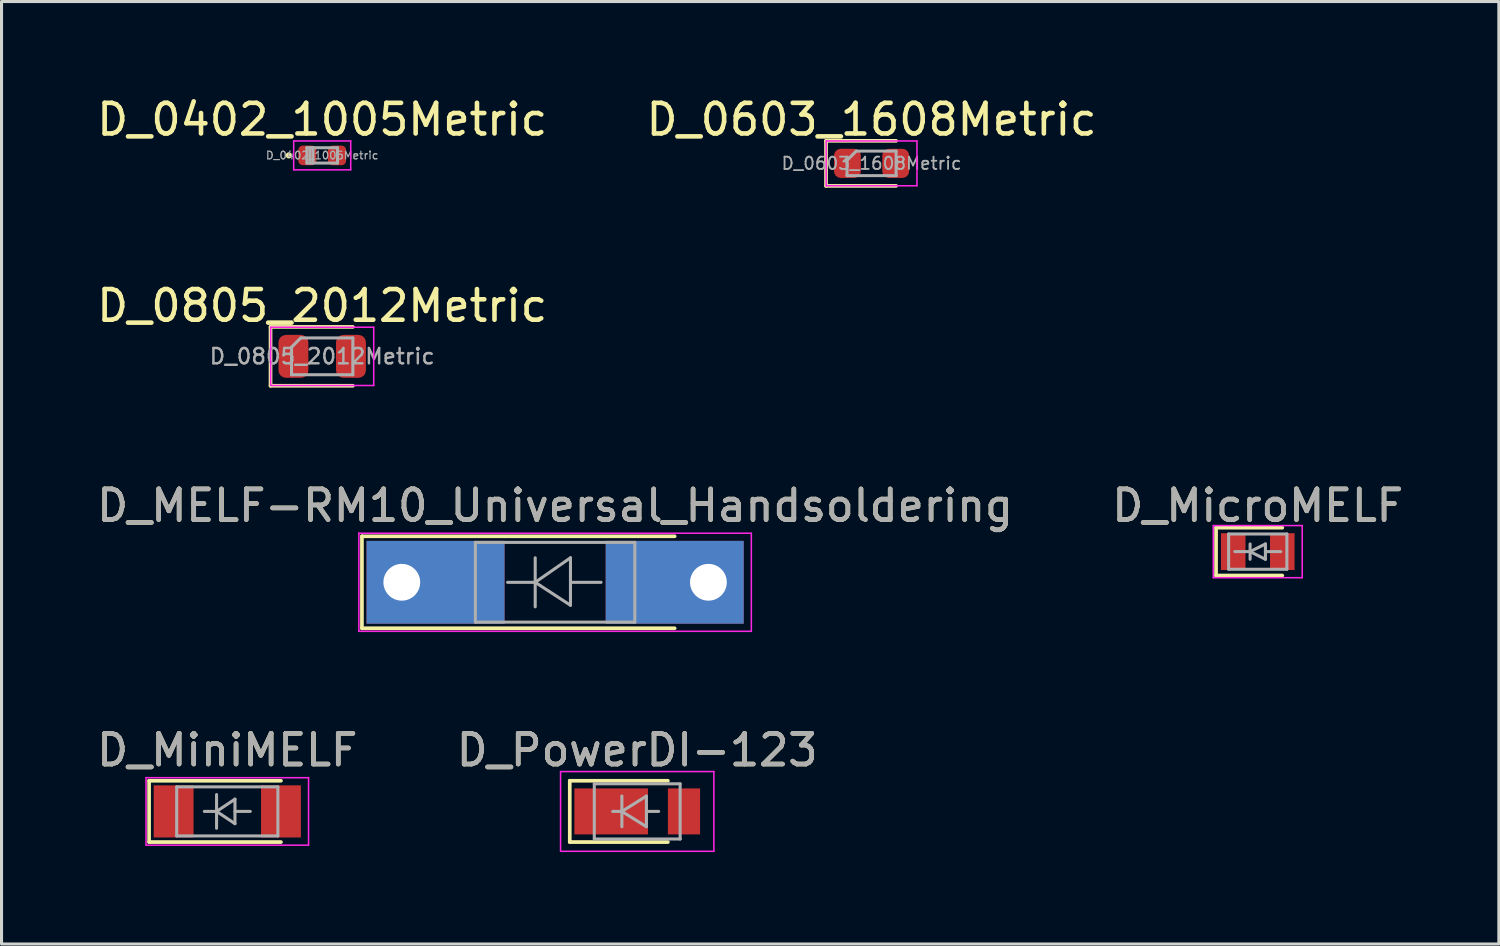
<source format=kicad_pcb>
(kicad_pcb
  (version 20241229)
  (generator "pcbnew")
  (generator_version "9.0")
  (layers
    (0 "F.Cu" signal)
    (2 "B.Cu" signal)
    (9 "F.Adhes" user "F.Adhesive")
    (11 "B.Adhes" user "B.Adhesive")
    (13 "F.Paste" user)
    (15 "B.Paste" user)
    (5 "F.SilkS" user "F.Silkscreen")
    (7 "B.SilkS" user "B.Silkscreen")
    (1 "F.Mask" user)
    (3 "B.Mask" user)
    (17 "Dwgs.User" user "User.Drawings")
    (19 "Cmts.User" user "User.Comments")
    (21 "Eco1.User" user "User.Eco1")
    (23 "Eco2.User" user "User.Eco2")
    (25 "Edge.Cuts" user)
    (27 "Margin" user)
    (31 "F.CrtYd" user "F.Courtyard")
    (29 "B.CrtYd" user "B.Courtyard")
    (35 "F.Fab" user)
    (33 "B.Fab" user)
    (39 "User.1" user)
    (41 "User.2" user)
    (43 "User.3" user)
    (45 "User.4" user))
  (footprint "D_MELF-RM10_Universal_Handsoldering"
    (layer "F.Cu")
    (at 15.054 15.94)
    (property "Reference" "D_MELF-RM10_Universal_Handsoldering" (at 0 -2.5 0) (layer "F.SilkS") (effects (font (size 1 1) (thickness 0.15))))
    (attr through_hole)
    (fp_line (start -6.3 -1.5) (end -6.3 1.5) (stroke (width 0.12) (type solid)) (layer "F.SilkS"))
    (fp_line (start -6.3 1.5) (end 3.9 1.5) (stroke (width 0.12) (type solid)) (layer "F.SilkS"))
    (fp_line (start 3.9 -1.5) (end -6.3 -1.5) (stroke (width 0.12) (type solid)) (layer "F.SilkS"))
    (fp_line (start -6.4 -1.6) (end 6.4 -1.6) (stroke (width 0.05) (type solid)) (layer "F.CrtYd"))
    (fp_line (start -6.4 1.6) (end -6.4 -1.6) (stroke (width 0.05) (type solid)) (layer "F.CrtYd"))
    (fp_line (start 6.4 -1.6) (end 6.4 1.6) (stroke (width 0.05) (type solid)) (layer "F.CrtYd"))
    (fp_line (start 6.4 1.6) (end -6.4 1.6) (stroke (width 0.05) (type solid)) (layer "F.CrtYd"))
    (fp_line (start -2.6 -1.3) (end -2.6 1.3) (stroke (width 0.1) (type solid)) (layer "F.Fab"))
    (fp_line (start -2.6 1.3) (end 2.6 1.3) (stroke (width 0.1) (type solid)) (layer "F.Fab"))
    (fp_line (start -0.649 -0.799) (end -0.649 0.801) (stroke (width 0.1) (type solid)) (layer "F.Fab"))
    (fp_line (start -0.649 0.001) (end -1.551 0.001) (stroke (width 0.1) (type solid)) (layer "F.Fab"))
    (fp_line (start -0.649 0.001) (end 0.501 -0.799) (stroke (width 0.1) (type solid)) (layer "F.Fab"))
    (fp_line (start -0.649 0.001) (end 0.501 0.75) (stroke (width 0.1) (type solid)) (layer "F.Fab"))
    (fp_line (start 0.501 0.001) (end 1.499 0.001) (stroke (width 0.1) (type solid)) (layer "F.Fab"))
    (fp_line (start 0.501 0.75) (end 0.501 -0.799) (stroke (width 0.1) (type solid)) (layer "F.Fab"))
    (fp_line (start 2.6 -1.3) (end -2.6 -1.3) (stroke (width 0.1) (type solid)) (layer "F.Fab"))
    (fp_line (start 2.6 1.3) (end 2.6 -1.3) (stroke (width 0.1) (type solid)) (layer "F.Fab"))
    (fp_text user "${REFERENCE}" (at 0 -2.5 0) (layer "F.Fab") (effects (font (size 1 1) (thickness 0.15))))
    (pad "1" thru_hole rect (at -5 0) (size 4.5 2.7) (drill 1.199 (offset 1.1 0)) (layers "*.Cu" "*.Mask"))
    (pad "2" thru_hole rect (at 5 0 180) (size 4.5 2.7) (drill 1.199 (offset 1.1 0)) (layers "*.Cu" "*.Mask")))
  (footprint "D_PowerDI-123"
    (layer "F.Cu")
    (at 17.732 23.413)
    (property "Reference" "D_PowerDI-123" (at 0 -2 0) (layer "F.SilkS") (effects (font (size 1 1) (thickness 0.15))))
    (attr smd)
    (fp_line (start -2.2 1) (end -2.2 -1) (stroke (width 0.12) (type solid)) (layer "F.SilkS"))
    (fp_line (start -2.2 1) (end 1 1) (stroke (width 0.12) (type solid)) (layer "F.SilkS"))
    (fp_line (start 1 -1) (end -2.2 -1) (stroke (width 0.12) (type solid)) (layer "F.SilkS"))
    (fp_line (start -2.5 -1.3) (end 2.5 -1.3) (stroke (width 0.05) (type solid)) (layer "F.CrtYd"))
    (fp_line (start -2.5 1.3) (end -2.5 -1.3) (stroke (width 0.05) (type solid)) (layer "F.CrtYd"))
    (fp_line (start 2.5 -1.3) (end 2.5 1.3) (stroke (width 0.05) (type solid)) (layer "F.CrtYd"))
    (fp_line (start 2.5 1.3) (end -2.5 1.3) (stroke (width 0.05) (type solid)) (layer "F.CrtYd"))
    (fp_line (start -1.4 -0.9) (end 1.4 -0.9) (stroke (width 0.1) (type solid)) (layer "F.Fab"))
    (fp_line (start -1.4 0.9) (end -1.4 -0.9) (stroke (width 0.1) (type solid)) (layer "F.Fab"))
    (fp_line (start -0.8 0) (end -0.5 0) (stroke (width 0.1) (type solid)) (layer "F.Fab"))
    (fp_line (start -0.5 0) (end -0.5 -0.5) (stroke (width 0.1) (type solid)) (layer "F.Fab"))
    (fp_line (start -0.5 0) (end -0.5 0.5) (stroke (width 0.1) (type solid)) (layer "F.Fab"))
    (fp_line (start -0.5 0) (end 0.3 0.5) (stroke (width 0.1) (type solid)) (layer "F.Fab"))
    (fp_line (start 0.3 -0.5) (end -0.5 0) (stroke (width 0.1) (type solid)) (layer "F.Fab"))
    (fp_line (start 0.3 0) (end 0.7 0) (stroke (width 0.1) (type solid)) (layer "F.Fab"))
    (fp_line (start 0.3 0.5) (end 0.3 -0.5) (stroke (width 0.1) (type solid)) (layer "F.Fab"))
    (fp_line (start 1.4 -0.9) (end 1.4 0.9) (stroke (width 0.1) (type solid)) (layer "F.Fab"))
    (fp_line (start 1.4 0.9) (end -1.4 0.9) (stroke (width 0.1) (type solid)) (layer "F.Fab"))
    (fp_text user "${REFERENCE}" (at 0 -2 0) (layer "F.Fab") (effects (font (size 1 1) (thickness 0.15))))
    (pad "1" smd rect (at -0.85 0 180) (size 2.4 1.5) (layers "F.Cu" "F.Mask" "F.Paste"))
    (pad "2" smd rect (at 1.525 0 180) (size 1.05 1.5) (layers "F.Cu" "F.Mask" "F.Paste")))
  (footprint "D_0805_2012Metric"
    (layer "F.Cu")
    (at 7.458 8.572)
    (property "Reference" "D_0805_2012Metric" (at 0 -1.65 0) (layer "F.SilkS") (effects (font (size 1 1) (thickness 0.15))))
    (attr smd)
    (fp_line (start -1.685 -0.96) (end -1.685 0.96) (stroke (width 0.12) (type solid)) (layer "F.SilkS"))
    (fp_line (start -1.685 0.96) (end 1 0.96) (stroke (width 0.12) (type solid)) (layer "F.SilkS"))
    (fp_line (start 1 -0.96) (end -1.685 -0.96) (stroke (width 0.12) (type solid)) (layer "F.SilkS"))
    (fp_line (start -1.68 -0.95) (end 1.68 -0.95) (stroke (width 0.05) (type solid)) (layer "F.CrtYd"))
    (fp_line (start -1.68 0.95) (end -1.68 -0.95) (stroke (width 0.05) (type solid)) (layer "F.CrtYd"))
    (fp_line (start 1.68 -0.95) (end 1.68 0.95) (stroke (width 0.05) (type solid)) (layer "F.CrtYd"))
    (fp_line (start 1.68 0.95) (end -1.68 0.95) (stroke (width 0.05) (type solid)) (layer "F.CrtYd"))
    (fp_line (start -1 -0.3) (end -1 0.6) (stroke (width 0.1) (type solid)) (layer "F.Fab"))
    (fp_line (start -1 0.6) (end 1 0.6) (stroke (width 0.1) (type solid)) (layer "F.Fab"))
    (fp_line (start -0.7 -0.6) (end -1 -0.3) (stroke (width 0.1) (type solid)) (layer "F.Fab"))
    (fp_line (start 1 -0.6) (end -0.7 -0.6) (stroke (width 0.1) (type solid)) (layer "F.Fab"))
    (fp_line (start 1 0.6) (end 1 -0.6) (stroke (width 0.1) (type solid)) (layer "F.Fab"))
    (fp_text user "${REFERENCE}" (at 0 0 0) (layer "F.Fab") (effects (font (size 0.5 0.5) (thickness 0.08))))
    (pad "1" smd roundrect (at -0.938 0) (size 0.975 1.4) (layers "F.Cu" "F.Mask" "F.Paste") (roundrect_rratio 0.25))
    (pad "2" smd roundrect (at 0.938 0) (size 0.975 1.4) (layers "F.Cu" "F.Mask" "F.Paste") (roundrect_rratio 0.25)))
  (footprint "D_MiniMELF"
    (layer "F.Cu")
    (at 4.363 23.413)
    (property "Reference" "D_MiniMELF" (at 0 -2 0) (layer "F.SilkS") (effects (font (size 1 1) (thickness 0.15))))
    (attr smd)
    (fp_line (start -2.55 -1) (end -2.55 1) (stroke (width 0.12) (type solid)) (layer "F.SilkS"))
    (fp_line (start -2.55 1) (end 1.75 1) (stroke (width 0.12) (type solid)) (layer "F.SilkS"))
    (fp_line (start 1.75 -1) (end -2.55 -1) (stroke (width 0.12) (type solid)) (layer "F.SilkS"))
    (fp_line (start -2.65 -1.1) (end 2.65 -1.1) (stroke (width 0.05) (type solid)) (layer "F.CrtYd"))
    (fp_line (start -2.65 1.1) (end -2.65 -1.1) (stroke (width 0.05) (type solid)) (layer "F.CrtYd"))
    (fp_line (start 2.65 -1.1) (end 2.65 1.1) (stroke (width 0.05) (type solid)) (layer "F.CrtYd"))
    (fp_line (start 2.65 1.1) (end -2.65 1.1) (stroke (width 0.05) (type solid)) (layer "F.CrtYd"))
    (fp_line (start -1.65 -0.8) (end 1.65 -0.8) (stroke (width 0.1) (type solid)) (layer "F.Fab"))
    (fp_line (start -1.65 0.8) (end -1.65 -0.8) (stroke (width 0.1) (type solid)) (layer "F.Fab"))
    (fp_line (start -0.75 0) (end -0.35 0) (stroke (width 0.1) (type solid)) (layer "F.Fab"))
    (fp_line (start -0.35 0) (end -0.35 -0.55) (stroke (width 0.1) (type solid)) (layer "F.Fab"))
    (fp_line (start -0.35 0) (end -0.35 0.55) (stroke (width 0.1) (type solid)) (layer "F.Fab"))
    (fp_line (start -0.35 0) (end 0.25 -0.4) (stroke (width 0.1) (type solid)) (layer "F.Fab"))
    (fp_line (start 0.25 -0.4) (end 0.25 0.4) (stroke (width 0.1) (type solid)) (layer "F.Fab"))
    (fp_line (start 0.25 0) (end 0.75 0) (stroke (width 0.1) (type solid)) (layer "F.Fab"))
    (fp_line (start 0.25 0.4) (end -0.35 0) (stroke (width 0.1) (type solid)) (layer "F.Fab"))
    (fp_line (start 1.65 -0.8) (end 1.65 0.8) (stroke (width 0.1) (type solid)) (layer "F.Fab"))
    (fp_line (start 1.65 0.8) (end -1.65 0.8) (stroke (width 0.1) (type solid)) (layer "F.Fab"))
    (fp_text user "${REFERENCE}" (at 0 -2 0) (layer "F.Fab") (effects (font (size 1 1) (thickness 0.15))))
    (pad "1" smd rect (at -1.75 0) (size 1.3 1.7) (layers "F.Cu" "F.Mask" "F.Paste"))
    (pad "2" smd rect (at 1.75 0) (size 1.3 1.7) (layers "F.Cu" "F.Mask" "F.Paste")))
  (footprint "D_0603_1608Metric"
    (layer "F.Cu")
    (at 25.375 2.278)
    (property "Reference" "D_0603_1608Metric" (at 0 -1.43 0) (layer "F.SilkS") (effects (font (size 1 1) (thickness 0.15))))
    (attr smd)
    (fp_line (start -1.485 -0.735) (end -1.485 0.735) (stroke (width 0.12) (type solid)) (layer "F.SilkS"))
    (fp_line (start -1.485 0.735) (end 0.8 0.735) (stroke (width 0.12) (type solid)) (layer "F.SilkS"))
    (fp_line (start 0.8 -0.735) (end -1.485 -0.735) (stroke (width 0.12) (type solid)) (layer "F.SilkS"))
    (fp_line (start -1.48 -0.73) (end 1.48 -0.73) (stroke (width 0.05) (type solid)) (layer "F.CrtYd"))
    (fp_line (start -1.48 0.73) (end -1.48 -0.73) (stroke (width 0.05) (type solid)) (layer "F.CrtYd"))
    (fp_line (start 1.48 -0.73) (end 1.48 0.73) (stroke (width 0.05) (type solid)) (layer "F.CrtYd"))
    (fp_line (start 1.48 0.73) (end -1.48 0.73) (stroke (width 0.05) (type solid)) (layer "F.CrtYd"))
    (fp_line (start -0.8 -0.1) (end -0.8 0.4) (stroke (width 0.1) (type solid)) (layer "F.Fab"))
    (fp_line (start -0.8 0.4) (end 0.8 0.4) (stroke (width 0.1) (type solid)) (layer "F.Fab"))
    (fp_line (start -0.5 -0.4) (end -0.8 -0.1) (stroke (width 0.1) (type solid)) (layer "F.Fab"))
    (fp_line (start 0.8 -0.4) (end -0.5 -0.4) (stroke (width 0.1) (type solid)) (layer "F.Fab"))
    (fp_line (start 0.8 0.4) (end 0.8 -0.4) (stroke (width 0.1) (type solid)) (layer "F.Fab"))
    (fp_text user "${REFERENCE}" (at 0 0 0) (layer "F.Fab") (effects (font (size 0.4 0.4) (thickness 0.06))))
    (pad "1" smd roundrect (at -0.787 0) (size 0.875 0.95) (layers "F.Cu" "F.Mask" "F.Paste") (roundrect_rratio 0.25))
    (pad "2" smd roundrect (at 0.787 0) (size 0.875 0.95) (layers "F.Cu" "F.Mask" "F.Paste") (roundrect_rratio 0.25)))
  (footprint "D_0402_1005Metric"
    (layer "F.Cu")
    (at 7.458 2.018)
    (property "Reference" "D_0402_1005Metric" (at 0 -1.17 0) (layer "F.SilkS") (effects (font (size 1 1) (thickness 0.15))))
    (attr smd)
    (fp_circle (center -1.09 0) (end -1.04 0) (stroke (width 0.1) (type solid)) (fill no) (layer "F.SilkS"))
    (fp_line (start -0.93 -0.47) (end 0.93 -0.47) (stroke (width 0.05) (type solid)) (layer "F.CrtYd"))
    (fp_line (start -0.93 0.47) (end -0.93 -0.47) (stroke (width 0.05) (type solid)) (layer "F.CrtYd"))
    (fp_line (start 0.93 -0.47) (end 0.93 0.47) (stroke (width 0.05) (type solid)) (layer "F.CrtYd"))
    (fp_line (start 0.93 0.47) (end -0.93 0.47) (stroke (width 0.05) (type solid)) (layer "F.CrtYd"))
    (fp_line (start -0.5 -0.25) (end 0.5 -0.25) (stroke (width 0.1) (type solid)) (layer "F.Fab"))
    (fp_line (start -0.5 0.25) (end -0.5 -0.25) (stroke (width 0.1) (type solid)) (layer "F.Fab"))
    (fp_line (start -0.4 0.25) (end -0.4 -0.25) (stroke (width 0.1) (type solid)) (layer "F.Fab"))
    (fp_line (start -0.3 0.25) (end -0.3 -0.25) (stroke (width 0.1) (type solid)) (layer "F.Fab"))
    (fp_line (start 0.5 -0.25) (end 0.5 0.25) (stroke (width 0.1) (type solid)) (layer "F.Fab"))
    (fp_line (start 0.5 0.25) (end -0.5 0.25) (stroke (width 0.1) (type solid)) (layer "F.Fab"))
    (fp_text user "${REFERENCE}" (at 0 0 0) (layer "F.Fab") (effects (font (size 0.25 0.25) (thickness 0.04))))
    (pad "1" smd roundrect (at -0.485 0) (size 0.59 0.64) (layers "F.Cu" "F.Mask" "F.Paste") (roundrect_rratio 0.25))
    (pad "2" smd roundrect (at 0.485 0) (size 0.59 0.64) (layers "F.Cu" "F.Mask" "F.Paste") (roundrect_rratio 0.25)))
  (footprint "D_MicroMELF"
    (layer "F.Cu")
    (at 37.97 14.94)
    (property "Reference" "D_MicroMELF" (at 0 -1.5 0) (layer "F.SilkS") (effects (font (size 1 1) (thickness 0.15))))
    (attr smd)
    (fp_line (start -1.36 -0.78) (end -1.36 0.78) (stroke (width 0.12) (type solid)) (layer "F.SilkS"))
    (fp_line (start -1.36 0.78) (end 0.8 0.78) (stroke (width 0.12) (type solid)) (layer "F.SilkS"))
    (fp_line (start 0.8 -0.78) (end -1.36 -0.78) (stroke (width 0.12) (type solid)) (layer "F.SilkS"))
    (fp_line (start -1.45 -0.85) (end -1.45 0.85) (stroke (width 0.05) (type solid)) (layer "F.CrtYd"))
    (fp_line (start -1.45 -0.85) (end 1.45 -0.85) (stroke (width 0.05) (type solid)) (layer "F.CrtYd"))
    (fp_line (start 1.45 0.85) (end -1.45 0.85) (stroke (width 0.05) (type solid)) (layer "F.CrtYd"))
    (fp_line (start 1.45 0.85) (end 1.45 -0.85) (stroke (width 0.05) (type solid)) (layer "F.CrtYd"))
    (fp_line (start -0.95 -0.575) (end 0.95 -0.575) (stroke (width 0.1) (type solid)) (layer "F.Fab"))
    (fp_line (start -0.95 0.575) (end -0.95 -0.575) (stroke (width 0.1) (type solid)) (layer "F.Fab"))
    (fp_line (start -0.25 -0.25) (end -0.25 0.25) (stroke (width 0.1) (type solid)) (layer "F.Fab"))
    (fp_line (start -0.25 0) (end -0.75 0) (stroke (width 0.1) (type solid)) (layer "F.Fab"))
    (fp_line (start -0.25 0) (end 0.25 -0.25) (stroke (width 0.1) (type solid)) (layer "F.Fab"))
    (fp_line (start 0.25 -0.25) (end 0.25 0.25) (stroke (width 0.1) (type solid)) (layer "F.Fab"))
    (fp_line (start 0.25 0) (end 0.75 0) (stroke (width 0.1) (type solid)) (layer "F.Fab"))
    (fp_line (start 0.25 0.25) (end -0.25 0) (stroke (width 0.1) (type solid)) (layer "F.Fab"))
    (fp_line (start 0.95 -0.575) (end 0.95 0.575) (stroke (width 0.1) (type solid)) (layer "F.Fab"))
    (fp_line (start 0.95 0.575) (end -0.95 0.575) (stroke (width 0.1) (type solid)) (layer "F.Fab"))
    (fp_text user "${REFERENCE}" (at 0 -1.5 0) (layer "F.Fab") (effects (font (size 1 1) (thickness 0.15))))
    (pad "1" smd rect (at -0.8 0) (size 0.8 1.2) (layers "F.Cu" "F.Mask" "F.Paste"))
    (pad "2" smd rect (at 0.8 0) (size 0.8 1.2) (layers "F.Cu" "F.Mask" "F.Paste")))
  (gr_rect
    (start -3 -3)
    (end 45.833 27.738)
    (stroke (width 0.1) (type default))
    (fill no)
    (layer "Edge.Cuts")))
</source>
